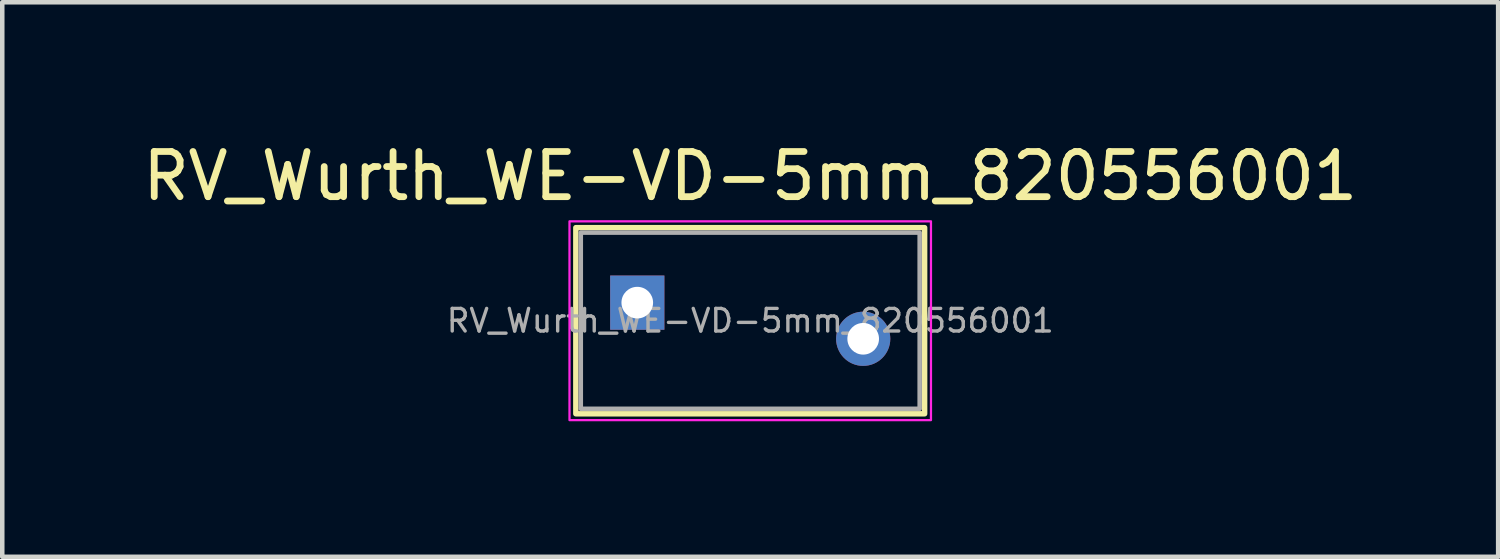
<source format=kicad_pcb>
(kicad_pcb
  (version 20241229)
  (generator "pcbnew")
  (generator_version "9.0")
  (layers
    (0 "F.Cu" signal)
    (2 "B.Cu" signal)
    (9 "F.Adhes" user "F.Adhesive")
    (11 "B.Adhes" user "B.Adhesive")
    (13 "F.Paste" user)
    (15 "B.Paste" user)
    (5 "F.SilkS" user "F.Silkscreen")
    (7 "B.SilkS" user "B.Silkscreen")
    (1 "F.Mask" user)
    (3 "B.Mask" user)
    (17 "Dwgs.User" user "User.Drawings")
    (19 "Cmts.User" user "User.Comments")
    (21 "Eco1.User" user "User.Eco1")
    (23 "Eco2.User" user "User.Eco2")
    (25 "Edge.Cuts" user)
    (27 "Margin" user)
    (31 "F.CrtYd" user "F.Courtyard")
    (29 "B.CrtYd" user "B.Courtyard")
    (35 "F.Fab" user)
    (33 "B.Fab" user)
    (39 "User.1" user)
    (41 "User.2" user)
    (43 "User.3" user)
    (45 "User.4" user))
  (footprint "RV_Wurth_WE-VD-5mm_820556001"
    (layer "F.Cu")
    (at 11.054 3.648)
    (property "Reference" "RV_Wurth_WE-VD-5mm_820556001" (at 2.5 -2.8 0) (unlocked yes) (layer "F.SilkS") (effects (font (size 1 1) (thickness 0.15))))
    (attr through_hole)
    (fp_rect (start -1.36 -1.66) (end 6.36 2.46) (stroke (width 0.12) (type solid)) (fill no) (layer "F.SilkS"))
    (fp_rect (start -1.5 -1.8) (end 6.5 2.6) (stroke (width 0.05) (type solid)) (fill no) (layer "F.CrtYd"))
    (fp_rect (start -1.25 -1.55) (end 6.25 2.35) (stroke (width 0.1) (type solid)) (fill no) (layer "F.Fab"))
    (fp_text user "${REFERENCE}" (at 2.5 0.4 0) (unlocked yes) (layer "F.Fab") (effects (font (size 0.5 0.5) (thickness 0.075))))
    (pad "1" thru_hole rect (at 0 0) (size 1.2 1.2) (drill 0.7) (layers "*.Cu" "*.Mask"))
    (pad "2" thru_hole circle (at 5 0.8) (size 1.2 1.2) (drill 0.7) (layers "*.Cu" "*.Mask")))
  (gr_rect
    (start -3 -3)
    (end 30.107 9.273)
    (stroke (width 0.1) (type default))
    (fill no)
    (layer "Edge.Cuts")))
</source>
